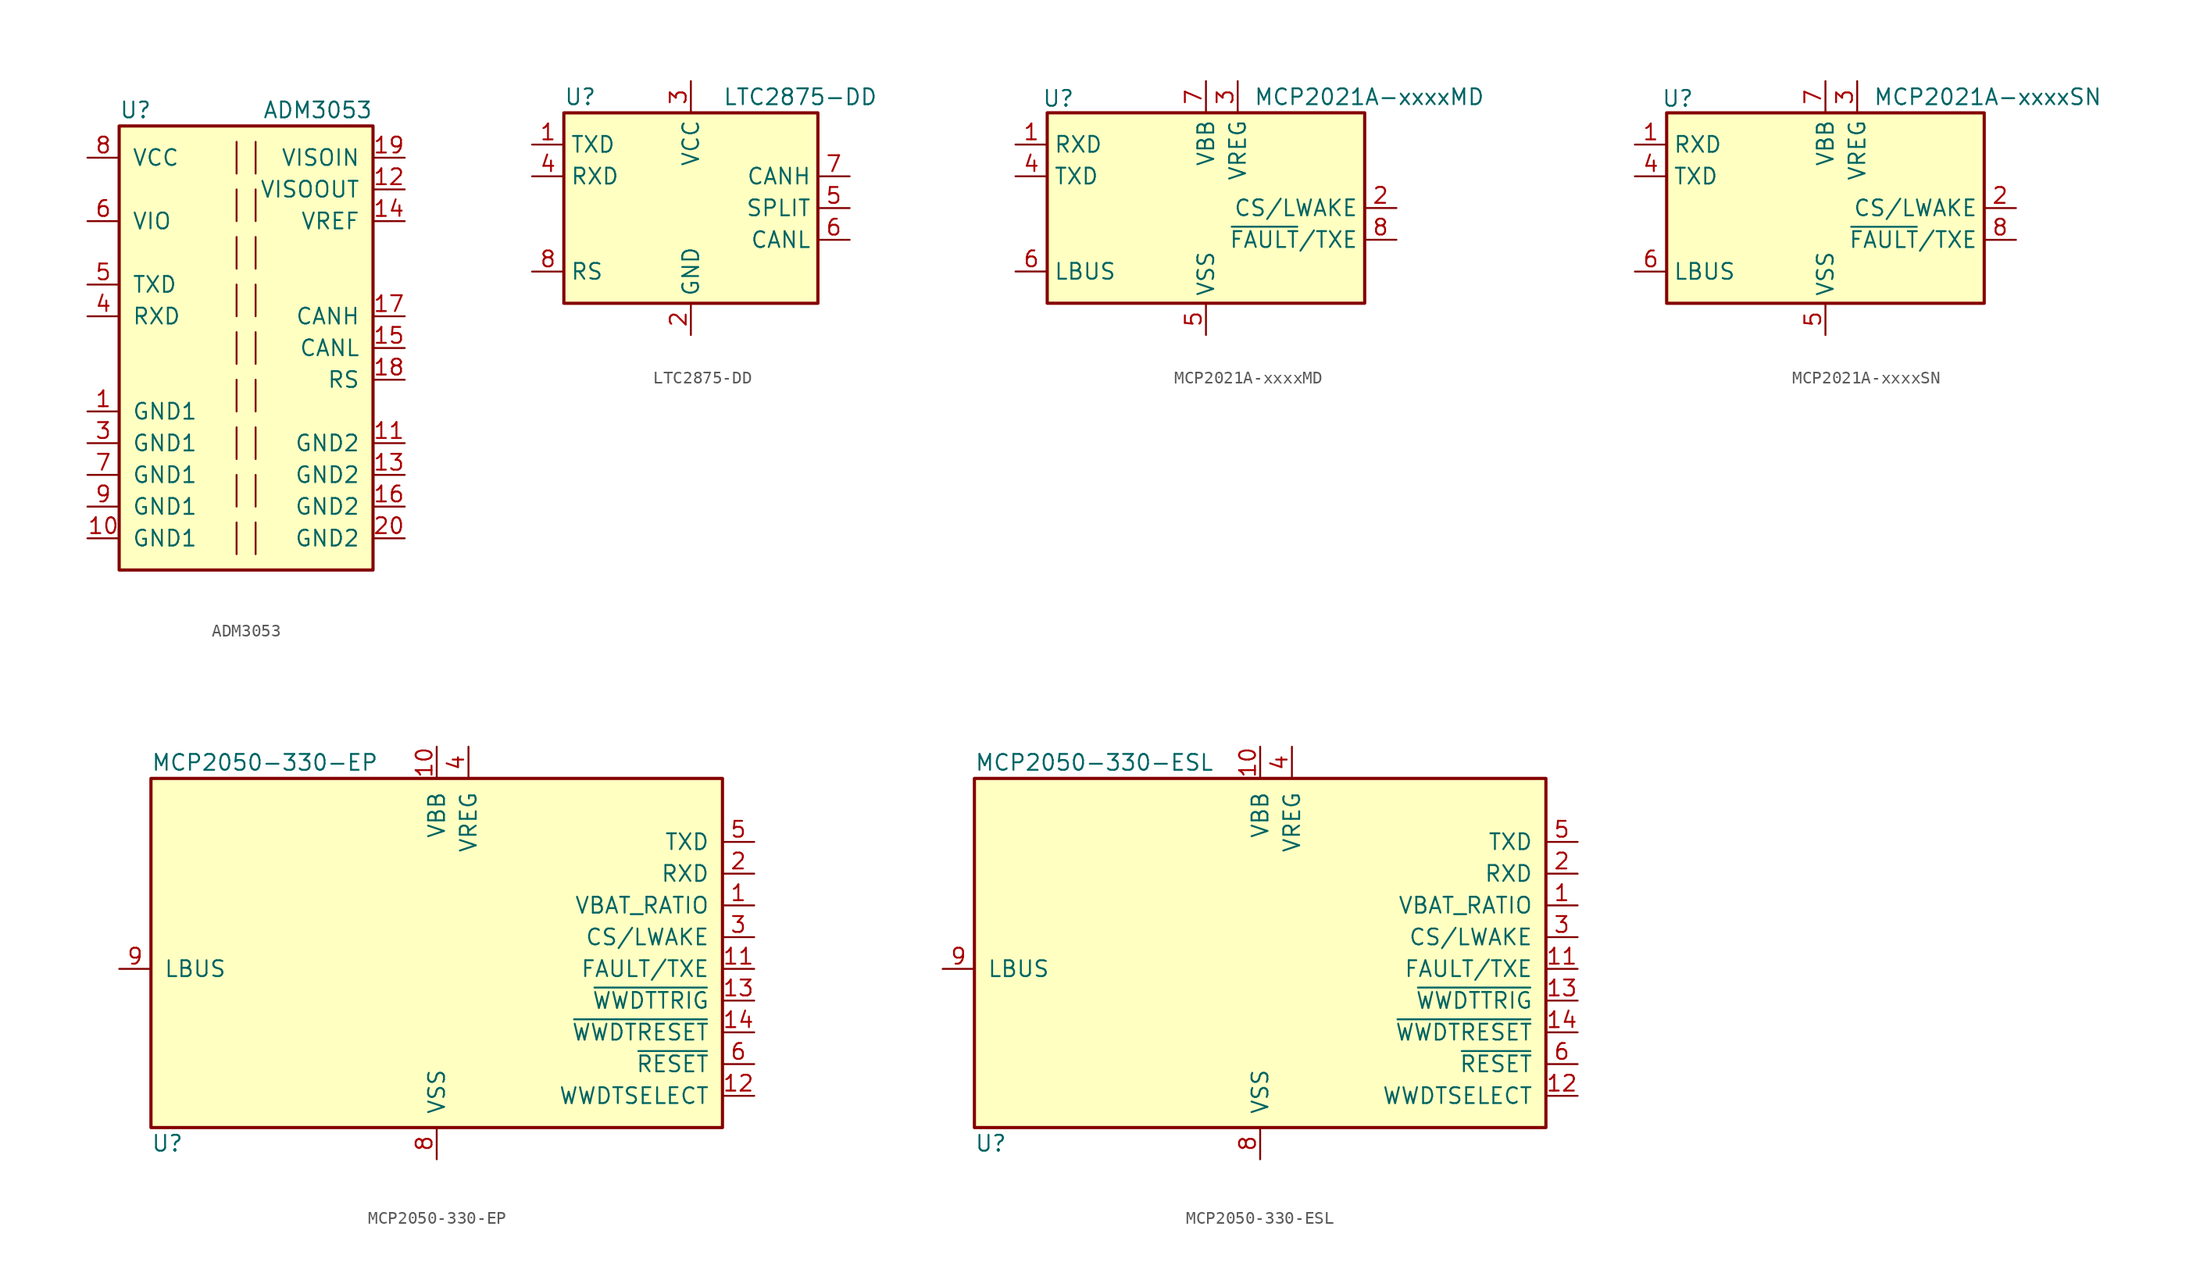
<source format=kicad_sym>
(kicad_symbol_lib
  (version 20201005)
  (generator kicad_symbol_editor)
  (symbol "ADM3053"
    (pin_names
      (offset 1.016))
    (property "Reference" "U"
      (at -10.16 19.05 0)
      (effects (font (size 1.27 1.27)) (justify left)))
    (property "Value" "ADM3053"
      (at 10.16 19.05 0)
      (effects (font (size 1.27 1.27)) (justify right)))
    (symbol "ADM3053_0_1"
      (rectangle (start -10.16 17.78) (end 10.16 -17.78) (stroke (width 0.254)) (fill (type background)))
      (polyline (pts (xy -0.762 -13.97) (xy -0.762 -16.51)) (stroke (width 0)) (fill (type none)))
      (polyline (pts (xy -0.762 -10.16) (xy -0.762 -12.7)) (stroke (width 0)) (fill (type none)))
      (polyline (pts (xy -0.762 -6.35) (xy -0.762 -8.89)) (stroke (width 0)) (fill (type none)))
      (polyline (pts (xy -0.762 -2.54) (xy -0.762 -5.08)) (stroke (width 0)) (fill (type none)))
      (polyline (pts (xy -0.762 1.27) (xy -0.762 -1.27)) (stroke (width 0)) (fill (type none)))
      (polyline (pts (xy -0.762 5.08) (xy -0.762 2.54)) (stroke (width 0)) (fill (type none)))
      (polyline (pts (xy -0.762 8.89) (xy -0.762 6.35)) (stroke (width 0)) (fill (type none)))
      (polyline (pts (xy -0.762 12.7) (xy -0.762 10.16)) (stroke (width 0)) (fill (type none)))
      (polyline (pts (xy -0.762 16.51) (xy -0.762 13.97)) (stroke (width 0)) (fill (type none)))
      (polyline (pts (xy 0.762 -13.97) (xy 0.762 -16.51)) (stroke (width 0)) (fill (type none)))
      (polyline (pts (xy 0.762 -10.16) (xy 0.762 -12.7)) (stroke (width 0)) (fill (type none)))
      (polyline (pts (xy 0.762 -6.35) (xy 0.762 -8.89)) (stroke (width 0)) (fill (type none)))
      (polyline (pts (xy 0.762 -2.54) (xy 0.762 -5.08)) (stroke (width 0)) (fill (type none)))
      (polyline (pts (xy 0.762 1.27) (xy 0.762 -1.27)) (stroke (width 0)) (fill (type none)))
      (polyline (pts (xy 0.762 2.54) (xy 0.762 5.08)) (stroke (width 0)) (fill (type none)))
      (polyline (pts (xy 0.762 6.35) (xy 0.762 8.89)) (stroke (width 0)) (fill (type none)))
      (polyline (pts (xy 0.762 10.16) (xy 0.762 12.7)) (stroke (width 0)) (fill (type none)))
      (polyline (pts (xy 0.762 13.97) (xy 0.762 16.51)) (stroke (width 0)) (fill (type none))))
    (symbol "ADM3053_1_1"
      (pin power_in line (at -12.7 -5.08 0) (length 2.54) (name "GND1" (effects (font (size 1.27 1.27)))) (number "1" (effects (font (size 1.27 1.27)))))
      (pin power_in line (at -12.7 -15.24 0) (length 2.54) (name "GND1" (effects (font (size 1.27 1.27)))) (number "10" (effects (font (size 1.27 1.27)))))
      (pin power_in line (at 12.7 -7.62 180) (length 2.54) (name "GND2" (effects (font (size 1.27 1.27)))) (number "11" (effects (font (size 1.27 1.27)))))
      (pin power_out line (at 12.7 12.7 180) (length 2.54) (name "VISOOUT" (effects (font (size 1.27 1.27)))) (number "12" (effects (font (size 1.27 1.27)))))
      (pin power_in line (at 12.7 -10.16 180) (length 2.54) (name "GND2" (effects (font (size 1.27 1.27)))) (number "13" (effects (font (size 1.27 1.27)))))
      (pin input line (at 12.7 10.16 180) (length 2.54) (name "VREF" (effects (font (size 1.27 1.27)))) (number "14" (effects (font (size 1.27 1.27)))))
      (pin bidirectional line (at 12.7 0 180) (length 2.54) (name "CANL" (effects (font (size 1.27 1.27)))) (number "15" (effects (font (size 1.27 1.27)))))
      (pin power_in line (at 12.7 -12.7 180) (length 2.54) (name "GND2" (effects (font (size 1.27 1.27)))) (number "16" (effects (font (size 1.27 1.27)))))
      (pin bidirectional line (at 12.7 2.54 180) (length 2.54) (name "CANH" (effects (font (size 1.27 1.27)))) (number "17" (effects (font (size 1.27 1.27)))))
      (pin input line (at 12.7 -2.54 180) (length 2.54) (name "RS" (effects (font (size 1.27 1.27)))) (number "18" (effects (font (size 1.27 1.27)))))
      (pin power_in line (at 12.7 15.24 180) (length 2.54) (name "VISOIN" (effects (font (size 1.27 1.27)))) (number "19" (effects (font (size 1.27 1.27)))))
      (pin no_connect line (at -2.54 -17.78 90) (length 2.54) hide (name "NC" (effects (font (size 1.27 1.27)))) (number "2" (effects (font (size 1.27 1.27)))))
      (pin power_in line (at 12.7 -15.24 180) (length 2.54) (name "GND2" (effects (font (size 1.27 1.27)))) (number "20" (effects (font (size 1.27 1.27)))))
      (pin power_in line (at -12.7 -7.62 0) (length 2.54) (name "GND1" (effects (font (size 1.27 1.27)))) (number "3" (effects (font (size 1.27 1.27)))))
      (pin output line (at -12.7 2.54 0) (length 2.54) (name "RXD" (effects (font (size 1.27 1.27)))) (number "4" (effects (font (size 1.27 1.27)))))
      (pin input line (at -12.7 5.08 0) (length 2.54) (name "TXD" (effects (font (size 1.27 1.27)))) (number "5" (effects (font (size 1.27 1.27)))))
      (pin power_in line (at -12.7 10.16 0) (length 2.54) (name "VIO" (effects (font (size 1.27 1.27)))) (number "6" (effects (font (size 1.27 1.27)))))
      (pin power_in line (at -12.7 -10.16 0) (length 2.54) (name "GND1" (effects (font (size 1.27 1.27)))) (number "7" (effects (font (size 1.27 1.27)))))
      (pin power_in line (at -12.7 15.24 0) (length 2.54) (name "VCC" (effects (font (size 1.27 1.27)))) (number "8" (effects (font (size 1.27 1.27)))))
      (pin power_in line (at -12.7 -12.7 0) (length 2.54) (name "GND1" (effects (font (size 1.27 1.27)))) (number "9" (effects (font (size 1.27 1.27)))))))
  (symbol "LTC2875-DD"
    (property "Reference" "U"
      (at -10.16 8.89 0)
      (effects (font (size 1.27 1.27)) (justify left)))
    (property "Value" "LTC2875-DD"
      (at 2.54 8.89 0)
      (effects (font (size 1.27 1.27)) (justify left)))
    (symbol "LTC2875-DD_0_1"
      (rectangle (start -10.16 7.62) (end 10.16 -7.62) (stroke (width 0.254)) (fill (type background))))
    (symbol "LTC2875-DD_1_1"
      (pin input line (at -12.7 5.08 0) (length 2.54) (name "TXD" (effects (font (size 1.27 1.27)))) (number "1" (effects (font (size 1.27 1.27)))))
      (pin power_in line (at 0 -10.16 90) (length 2.54) (name "GND" (effects (font (size 1.27 1.27)))) (number "2" (effects (font (size 1.27 1.27)))))
      (pin power_in line (at 0 10.16 270) (length 2.54) (name "VCC" (effects (font (size 1.27 1.27)))) (number "3" (effects (font (size 1.27 1.27)))))
      (pin output line (at -12.7 2.54 0) (length 2.54) (name "RXD" (effects (font (size 1.27 1.27)))) (number "4" (effects (font (size 1.27 1.27)))))
      (pin input line (at 12.7 0 180) (length 2.54) (name "SPLIT" (effects (font (size 1.27 1.27)))) (number "5" (effects (font (size 1.27 1.27)))))
      (pin bidirectional line (at 12.7 -2.54 180) (length 2.54) (name "CANL" (effects (font (size 1.27 1.27)))) (number "6" (effects (font (size 1.27 1.27)))))
      (pin bidirectional line (at 12.7 2.54 180) (length 2.54) (name "CANH" (effects (font (size 1.27 1.27)))) (number "7" (effects (font (size 1.27 1.27)))))
      (pin input line (at -12.7 -5.08 0) (length 2.54) (name "RS" (effects (font (size 1.27 1.27)))) (number "8" (effects (font (size 1.27 1.27)))))
      (pin passive line (at 0 -10.16 90) (length 2.54) hide (name "GND" (effects (font (size 1.27 1.27)))) (number "9" (effects (font (size 1.27 1.27)))))))
  (symbol "MCP2021A-xxxxMD"
    (property "Reference" "U"
      (at -11.811 8.763 0)
      (effects (font (size 1.27 1.27))))
    (property "Value" "MCP2021A-xxxxMD"
      (at 3.81 8.89 0)
      (effects (font (size 1.27 1.27)) (justify left)))
    (symbol "MCP2021A-xxxxMD_0_1"
      (rectangle (start -12.7 7.62) (end 12.7 -7.62) (stroke (width 0.254)) (fill (type background))))
    (symbol "MCP2021A-xxxxMD_1_1"
      (pin output line (at -15.24 5.08 0) (length 2.54) (name "RXD" (effects (font (size 1.27 1.27)))) (number "1" (effects (font (size 1.27 1.27)))))
      (pin input line (at 15.24 0 180) (length 2.54) (name "CS/LWAKE" (effects (font (size 1.27 1.27)))) (number "2" (effects (font (size 1.27 1.27)))))
      (pin power_out line (at 2.54 10.16 270) (length 2.54) (name "VREG" (effects (font (size 1.27 1.27)))) (number "3" (effects (font (size 1.27 1.27)))))
      (pin input line (at -15.24 2.54 0) (length 2.54) (name "TXD" (effects (font (size 1.27 1.27)))) (number "4" (effects (font (size 1.27 1.27)))))
      (pin power_in line (at 0 -10.16 90) (length 2.54) (name "VSS" (effects (font (size 1.27 1.27)))) (number "5" (effects (font (size 1.27 1.27)))))
      (pin open_collector line (at -15.24 -5.08 0) (length 2.54) (name "LBUS" (effects (font (size 1.27 1.27)))) (number "6" (effects (font (size 1.27 1.27)))))
      (pin power_in line (at 0 10.16 270) (length 2.54) (name "VBB" (effects (font (size 1.27 1.27)))) (number "7" (effects (font (size 1.27 1.27)))))
      (pin open_collector line (at 15.24 -2.54 180) (length 2.54) (name "~FAULT~/TXE" (effects (font (size 1.27 1.27)))) (number "8" (effects (font (size 1.27 1.27)))))
      (pin passive line (at 0 -10.16 90) (length 2.54) hide (name "VSS" (effects (font (size 1.27 1.27)))) (number "9" (effects (font (size 1.27 1.27)))))))
  (symbol "MCP2021A-xxxxSN"
    (property "Reference" "U"
      (at -11.811 8.763 0)
      (effects (font (size 1.27 1.27))))
    (property "Value" "MCP2021A-xxxxSN"
      (at 3.81 8.89 0)
      (effects (font (size 1.27 1.27)) (justify left)))
    (symbol "MCP2021A-xxxxSN_0_1"
      (rectangle (start -12.7 7.62) (end 12.7 -7.62) (stroke (width 0.254)) (fill (type background))))
    (symbol "MCP2021A-xxxxSN_1_1"
      (pin output line (at -15.24 5.08 0) (length 2.54) (name "RXD" (effects (font (size 1.27 1.27)))) (number "1" (effects (font (size 1.27 1.27)))))
      (pin input line (at 15.24 0 180) (length 2.54) (name "CS/LWAKE" (effects (font (size 1.27 1.27)))) (number "2" (effects (font (size 1.27 1.27)))))
      (pin power_out line (at 2.54 10.16 270) (length 2.54) (name "VREG" (effects (font (size 1.27 1.27)))) (number "3" (effects (font (size 1.27 1.27)))))
      (pin input line (at -15.24 2.54 0) (length 2.54) (name "TXD" (effects (font (size 1.27 1.27)))) (number "4" (effects (font (size 1.27 1.27)))))
      (pin power_in line (at 0 -10.16 90) (length 2.54) (name "VSS" (effects (font (size 1.27 1.27)))) (number "5" (effects (font (size 1.27 1.27)))))
      (pin open_collector line (at -15.24 -5.08 0) (length 2.54) (name "LBUS" (effects (font (size 1.27 1.27)))) (number "6" (effects (font (size 1.27 1.27)))))
      (pin power_in line (at 0 10.16 270) (length 2.54) (name "VBB" (effects (font (size 1.27 1.27)))) (number "7" (effects (font (size 1.27 1.27)))))
      (pin open_collector line (at 15.24 -2.54 180) (length 2.54) (name "~FAULT~/TXE" (effects (font (size 1.27 1.27)))) (number "8" (effects (font (size 1.27 1.27)))))))
  (symbol "MCP2050-330-EP"
    (pin_names
      (offset 1.016))
    (property "Reference" "U"
      (at -22.86 -13.97 0)
      (effects (font (size 1.27 1.27)) (justify left)))
    (property "Value" "MCP2050-330-EP"
      (at -22.86 16.51 0)
      (effects (font (size 1.27 1.27)) (justify left)))
    (symbol "MCP2050-330-EP_0_1"
      (rectangle (start -22.86 15.24) (end 22.86 -12.7) (stroke (width 0.254)) (fill (type background))))
    (symbol "MCP2050-330-EP_1_1"
      (pin output line (at 25.4 5.08 180) (length 2.54) (name "VBAT_RATIO" (effects (font (size 1.27 1.27)))) (number "1" (effects (font (size 1.27 1.27)))))
      (pin power_in line (at 0 17.78 270) (length 2.54) (name "VBB" (effects (font (size 1.27 1.27)))) (number "10" (effects (font (size 1.27 1.27)))))
      (pin open_collector line (at 25.4 0 180) (length 2.54) (name "FAULT/TXE" (effects (font (size 1.27 1.27)))) (number "11" (effects (font (size 1.27 1.27)))))
      (pin input line (at 25.4 -10.16 180) (length 2.54) (name "WWDTSELECT" (effects (font (size 1.27 1.27)))) (number "12" (effects (font (size 1.27 1.27)))))
      (pin input line (at 25.4 -2.54 180) (length 2.54) (name "~WWDTTRIG" (effects (font (size 1.27 1.27)))) (number "13" (effects (font (size 1.27 1.27)))))
      (pin output line (at 25.4 -5.08 180) (length 2.54) (name "~WWDTRESET" (effects (font (size 1.27 1.27)))) (number "14" (effects (font (size 1.27 1.27)))))
      (pin output line (at 25.4 7.62 180) (length 2.54) (name "RXD" (effects (font (size 1.27 1.27)))) (number "2" (effects (font (size 1.27 1.27)))))
      (pin input line (at 25.4 2.54 180) (length 2.54) (name "CS/LWAKE" (effects (font (size 1.27 1.27)))) (number "3" (effects (font (size 1.27 1.27)))))
      (pin power_out line (at 2.54 17.78 270) (length 2.54) (name "VREG" (effects (font (size 1.27 1.27)))) (number "4" (effects (font (size 1.27 1.27)))))
      (pin input line (at 25.4 10.16 180) (length 2.54) (name "TXD" (effects (font (size 1.27 1.27)))) (number "5" (effects (font (size 1.27 1.27)))))
      (pin output line (at 25.4 -7.62 180) (length 2.54) (name "~RESET" (effects (font (size 1.27 1.27)))) (number "6" (effects (font (size 1.27 1.27)))))
      (pin no_connect line (at -25.4 -7.62 0) (length 2.54) hide (name "NC" (effects (font (size 1.27 1.27)))) (number "7" (effects (font (size 1.27 1.27)))))
      (pin power_in line (at 0 -15.24 90) (length 2.54) (name "VSS" (effects (font (size 1.27 1.27)))) (number "8" (effects (font (size 1.27 1.27)))))
      (pin open_collector line (at -25.4 0 0) (length 2.54) (name "LBUS" (effects (font (size 1.27 1.27)))) (number "9" (effects (font (size 1.27 1.27)))))))
  (symbol "MCP2050-330-ESL"
    (pin_names
      (offset 1.016))
    (property "Reference" "U"
      (at -22.86 -13.97 0)
      (effects (font (size 1.27 1.27)) (justify left)))
    (property "Value" "MCP2050-330-ESL"
      (at -22.86 16.51 0)
      (effects (font (size 1.27 1.27)) (justify left)))
    (symbol "MCP2050-330-ESL_0_1"
      (rectangle (start -22.86 15.24) (end 22.86 -12.7) (stroke (width 0.254)) (fill (type background))))
    (symbol "MCP2050-330-ESL_1_1"
      (pin output line (at 25.4 5.08 180) (length 2.54) (name "VBAT_RATIO" (effects (font (size 1.27 1.27)))) (number "1" (effects (font (size 1.27 1.27)))))
      (pin power_in line (at 0 17.78 270) (length 2.54) (name "VBB" (effects (font (size 1.27 1.27)))) (number "10" (effects (font (size 1.27 1.27)))))
      (pin open_collector line (at 25.4 0 180) (length 2.54) (name "FAULT/TXE" (effects (font (size 1.27 1.27)))) (number "11" (effects (font (size 1.27 1.27)))))
      (pin input line (at 25.4 -10.16 180) (length 2.54) (name "WWDTSELECT" (effects (font (size 1.27 1.27)))) (number "12" (effects (font (size 1.27 1.27)))))
      (pin input line (at 25.4 -2.54 180) (length 2.54) (name "~WWDTTRIG" (effects (font (size 1.27 1.27)))) (number "13" (effects (font (size 1.27 1.27)))))
      (pin output line (at 25.4 -5.08 180) (length 2.54) (name "~WWDTRESET" (effects (font (size 1.27 1.27)))) (number "14" (effects (font (size 1.27 1.27)))))
      (pin output line (at 25.4 7.62 180) (length 2.54) (name "RXD" (effects (font (size 1.27 1.27)))) (number "2" (effects (font (size 1.27 1.27)))))
      (pin input line (at 25.4 2.54 180) (length 2.54) (name "CS/LWAKE" (effects (font (size 1.27 1.27)))) (number "3" (effects (font (size 1.27 1.27)))))
      (pin power_out line (at 2.54 17.78 270) (length 2.54) (name "VREG" (effects (font (size 1.27 1.27)))) (number "4" (effects (font (size 1.27 1.27)))))
      (pin input line (at 25.4 10.16 180) (length 2.54) (name "TXD" (effects (font (size 1.27 1.27)))) (number "5" (effects (font (size 1.27 1.27)))))
      (pin output line (at 25.4 -7.62 180) (length 2.54) (name "~RESET" (effects (font (size 1.27 1.27)))) (number "6" (effects (font (size 1.27 1.27)))))
      (pin no_connect line (at -25.4 -7.62 0) (length 2.54) hide (name "NC" (effects (font (size 1.27 1.27)))) (number "7" (effects (font (size 1.27 1.27)))))
      (pin power_in line (at 0 -15.24 90) (length 2.54) (name "VSS" (effects (font (size 1.27 1.27)))) (number "8" (effects (font (size 1.27 1.27)))))
      (pin open_collector line (at -25.4 0 0) (length 2.54) (name "LBUS" (effects (font (size 1.27 1.27)))) (number "9" (effects (font (size 1.27 1.27))))))))
</source>
